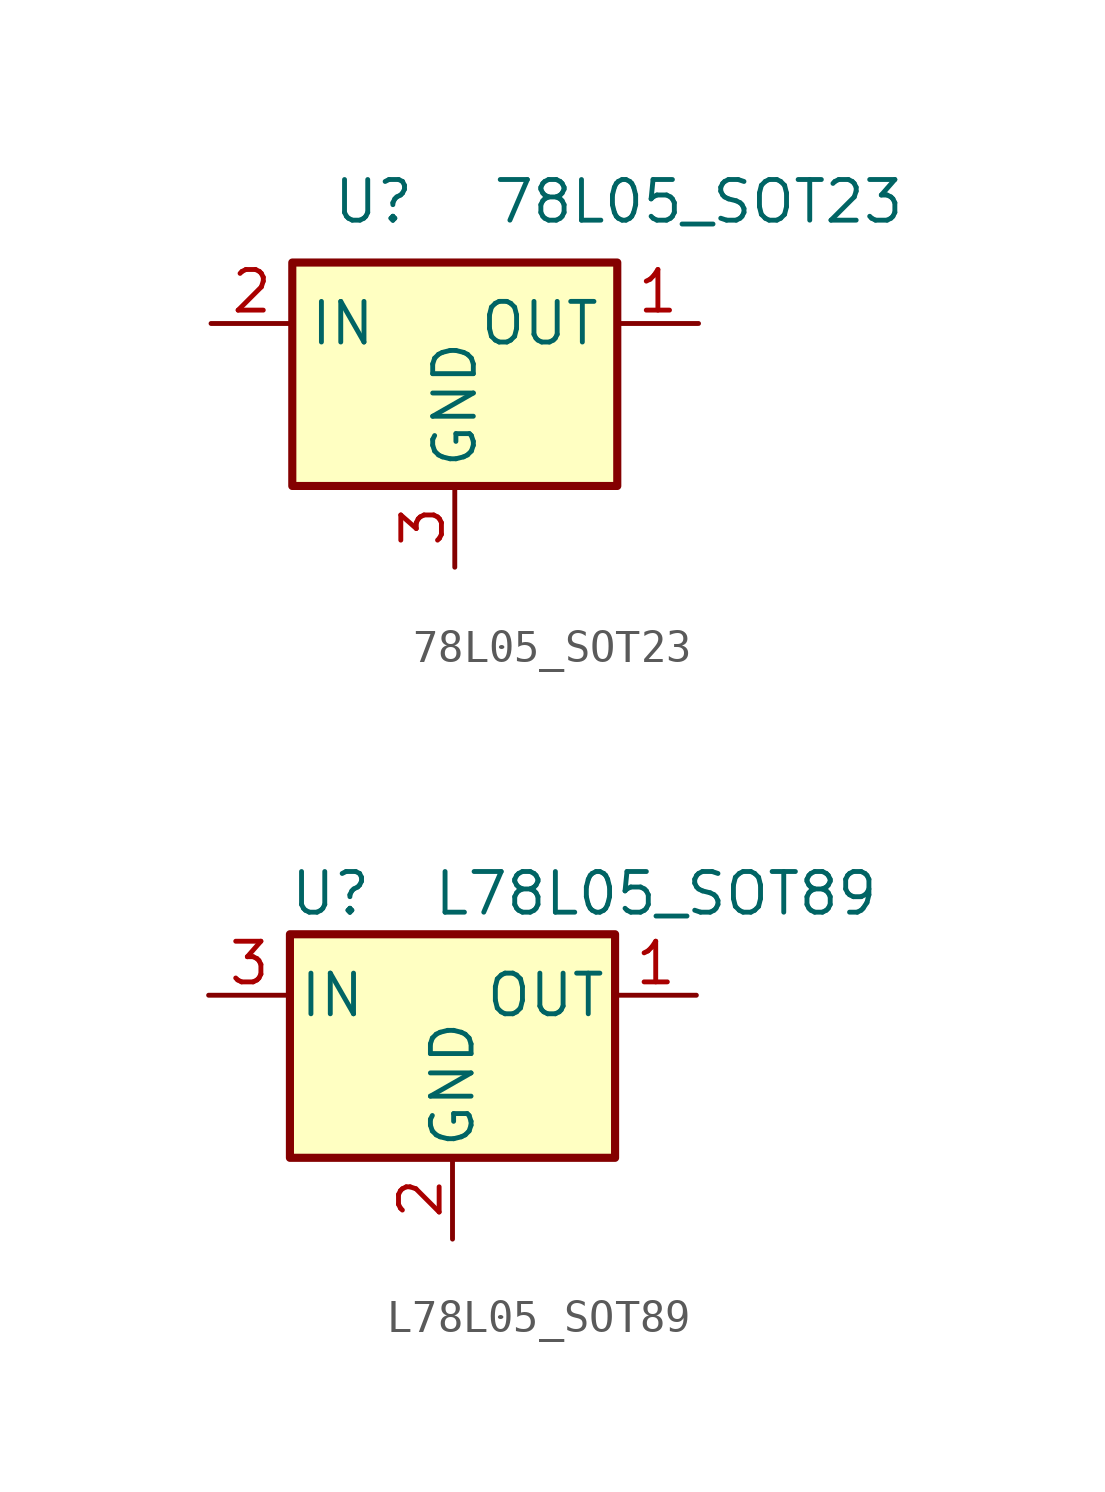
<source format=kicad_sym>
(kicad_symbol_lib
  (version 20220914)
  (generator kicad_symbol_editor)
  (symbol "78L05_SOT23"
    (property "Reference" "U"
      (at -2.54 3.81 0)
      (effects (font (size 1.27 1.27))))
    (property "Value" "78L05_SOT23"
      (at 7.62 3.81 0)
      (effects (font (size 1.27 1.27))))
    (symbol "78L05_SOT23_0_1"
      (rectangle (start -5.08 1.905) (end 5.08 -5.08) (stroke (width 0.254) (type default)) (fill (type background))))
    (symbol "78L05_SOT23_1_1"
      (pin power_out line (at 7.62 0 180) (length 2.54) (name "OUT" (effects (font (size 1.27 1.27)))) (number "1" (effects (font (size 1.27 1.27)))))
      (pin power_in line (at -7.62 0 0) (length 2.54) (name "IN" (effects (font (size 1.27 1.27)))) (number "2" (effects (font (size 1.27 1.27)))))
      (pin power_in line (at 0 -7.62 90) (length 2.54) (name "GND" (effects (font (size 1.27 1.27)))) (number "3" (effects (font (size 1.27 1.27)))))))
  (symbol "L78L05_SOT89"
    (pin_names
      (offset 0.254))
    (property "Reference" "U"
      (at -3.81 3.175 0)
      (effects (font (size 1.27 1.27))))
    (property "Value" "L78L05_SOT89"
      (at -0.635 3.175 0)
      (effects (font (size 1.27 1.27)) (justify left)))
    (symbol "L78L05_SOT89_0_1"
      (rectangle (start -5.08 1.905) (end 5.08 -5.08) (stroke (width 0.254) (type default)) (fill (type background))))
    (symbol "L78L05_SOT89_1_1"
      (pin power_out line (at 7.62 0 180) (length 2.54) (name "OUT" (effects (font (size 1.27 1.27)))) (number "1" (effects (font (size 1.27 1.27)))))
      (pin power_in line (at 0 -7.62 90) (length 2.54) (name "GND" (effects (font (size 1.27 1.27)))) (number "2" (effects (font (size 1.27 1.27)))))
      (pin power_in line (at -7.62 0 0) (length 2.54) (name "IN" (effects (font (size 1.27 1.27)))) (number "3" (effects (font (size 1.27 1.27))))))))
</source>
